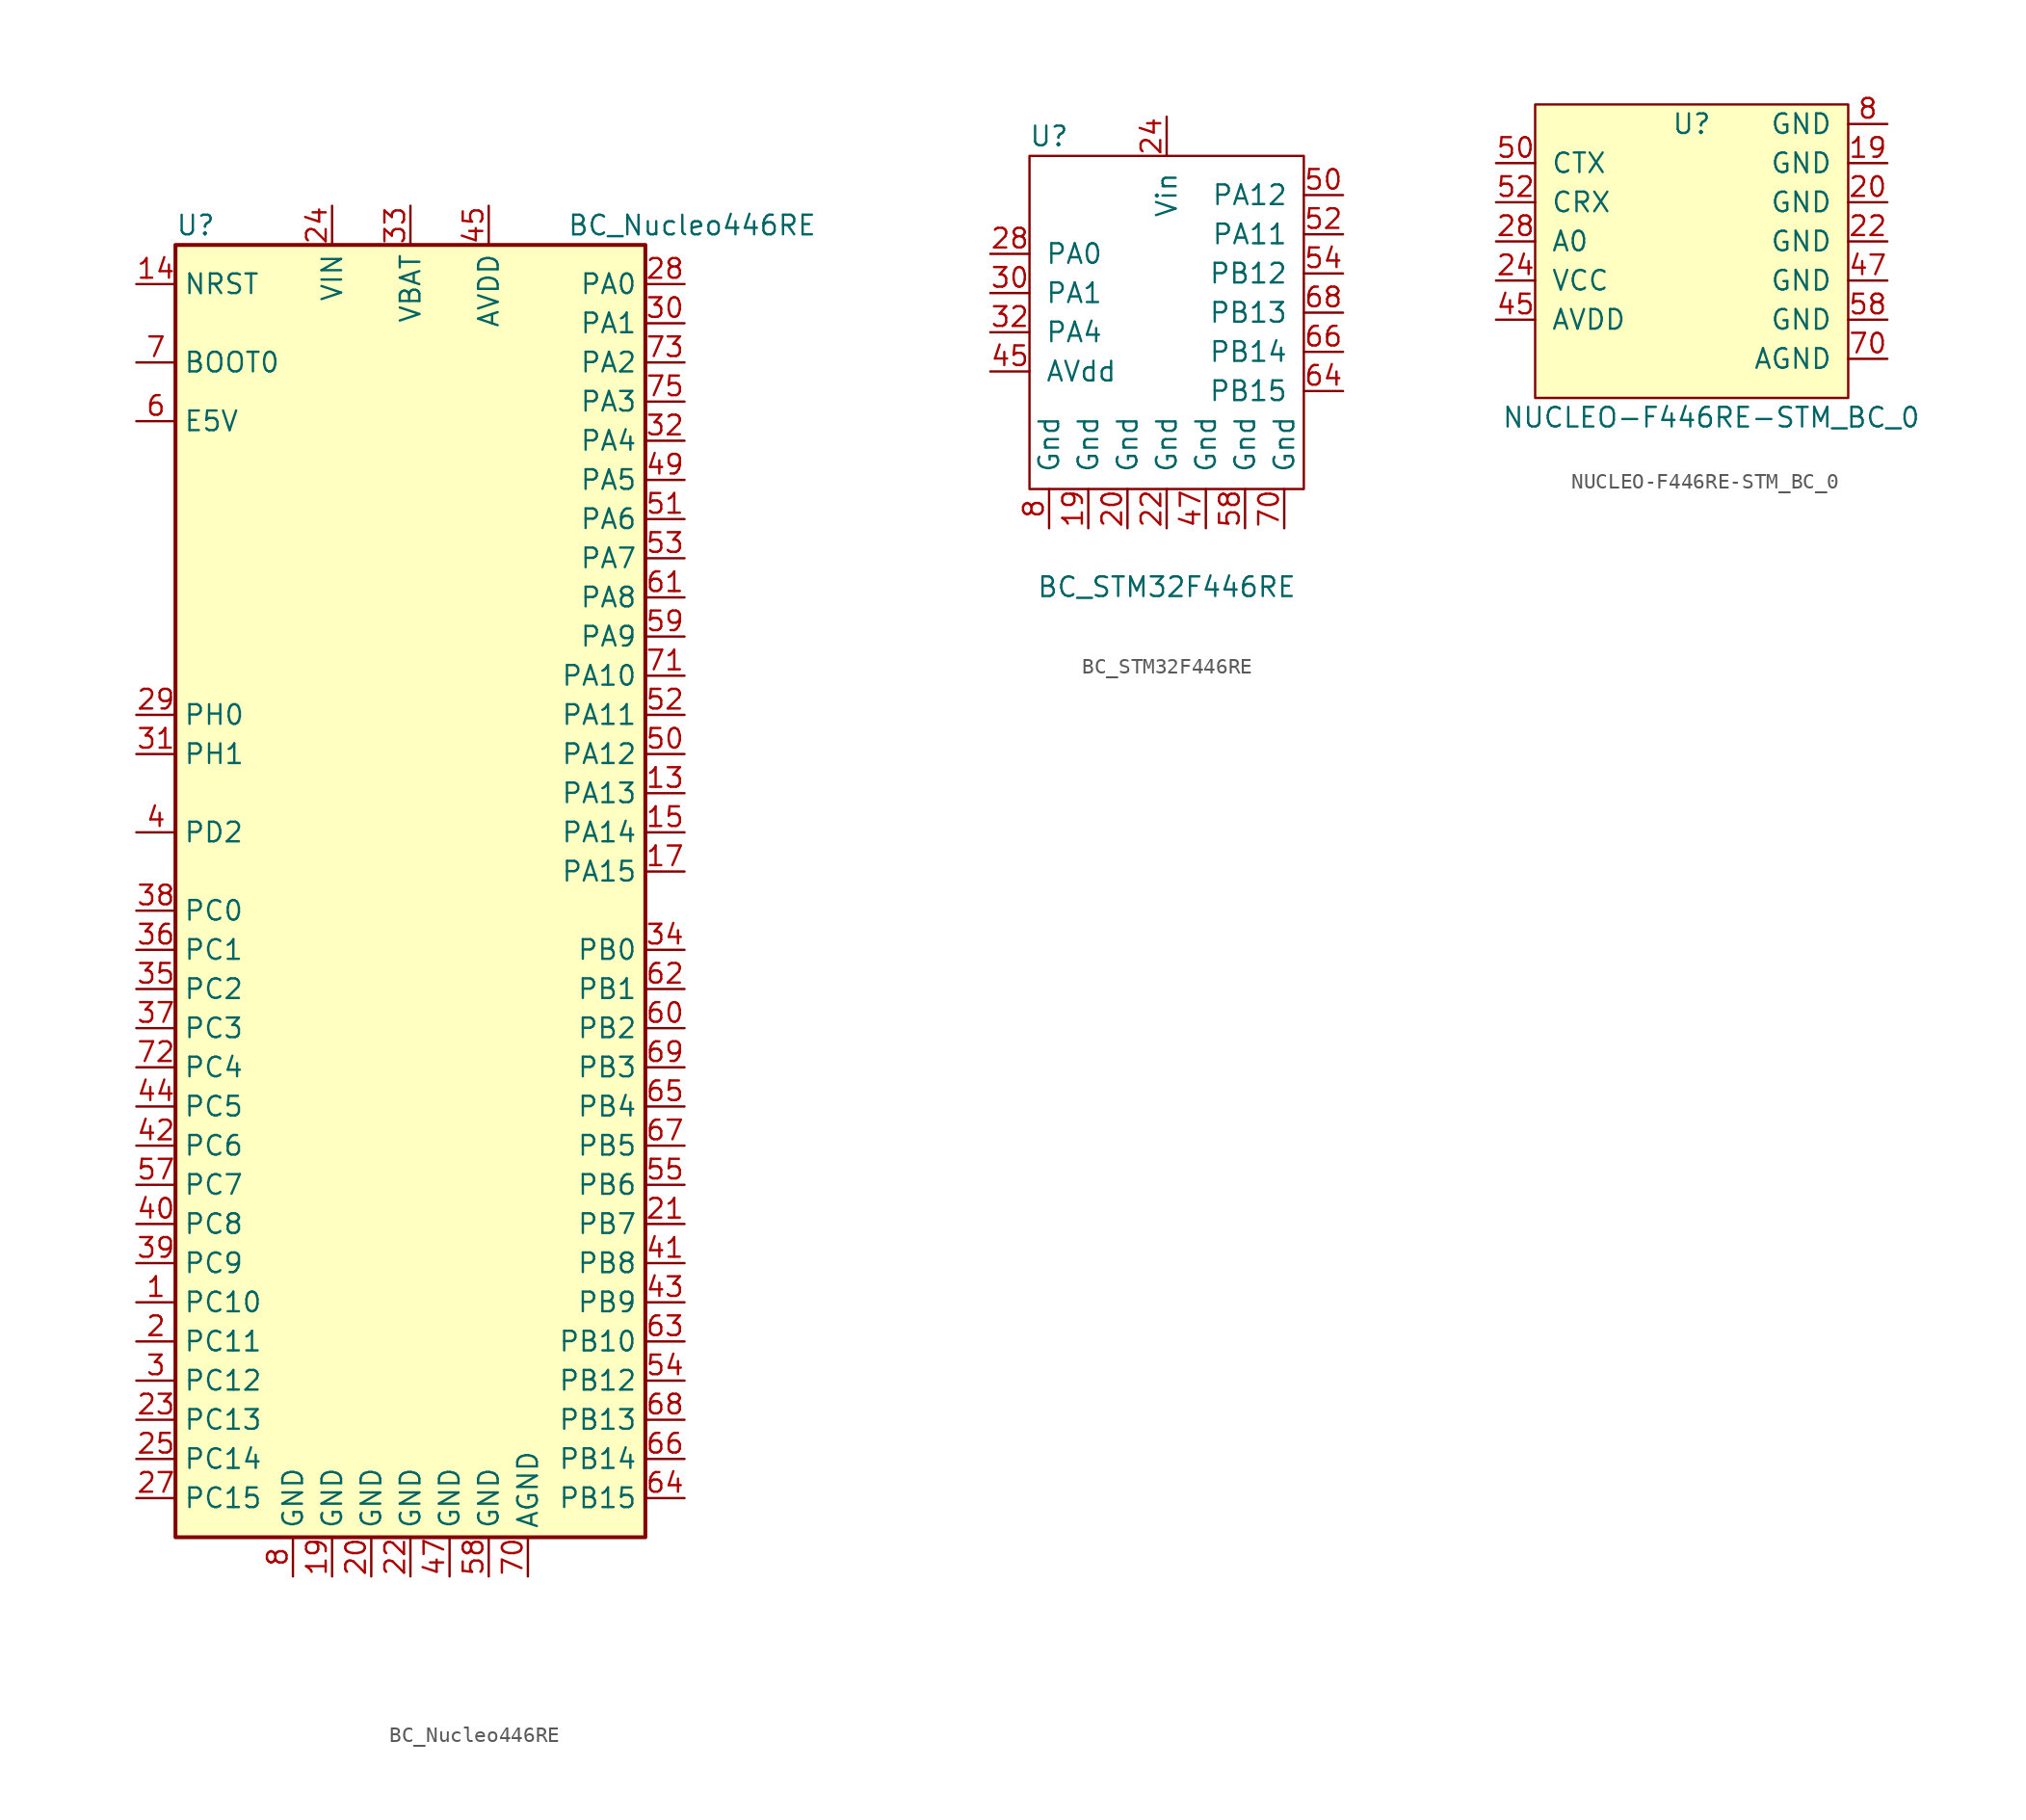
<source format=kicad_sym>
(kicad_symbol_lib
  (version 20231120)
  (generator "kicad_symbol_editor")
  (generator_version "8.0")
  (symbol "BC_Nucleo446RE"
    (property "Reference" "U"
      (at -15.24 41.91 0)
      (effects (font (size 1.27 1.27)) (justify left)))
    (property "Value" "BC_Nucleo446RE"
      (at 10.16 41.91 0)
      (effects (font (size 1.27 1.27)) (justify left)))
    (symbol "BC_Nucleo446RE_0_1"
      (rectangle (start -15.24 40.64) (end 15.24 -43.18) (stroke (width 0.254) (type solid)) (fill (type background))))
    (symbol "BC_Nucleo446RE_1_1"
      (pin bidirectional line (at -17.78 -27.94 0) (length 2.54) (name "PC10" (effects (font (size 1.27 1.27)))) (number "1" (effects (font (size 1.27 1.27)))))
      (pin bidirectional line (at 17.78 5.08 180) (length 2.54) (name "PA13" (effects (font (size 1.27 1.27)))) (number "13" (effects (font (size 1.27 1.27)))))
      (pin input line (at -17.78 38.1 0) (length 2.54) (name "NRST" (effects (font (size 1.27 1.27)))) (number "14" (effects (font (size 1.27 1.27)))))
      (pin bidirectional line (at 17.78 2.54 180) (length 2.54) (name "PA14" (effects (font (size 1.27 1.27)))) (number "15" (effects (font (size 1.27 1.27)))))
      (pin bidirectional line (at 17.78 0 180) (length 2.54) (name "PA15" (effects (font (size 1.27 1.27)))) (number "17" (effects (font (size 1.27 1.27)))))
      (pin power_in line (at -5.08 -45.72 90) (length 2.54) (name "GND" (effects (font (size 1.27 1.27)))) (number "19" (effects (font (size 1.27 1.27)))))
      (pin bidirectional line (at -17.78 -30.48 0) (length 2.54) (name "PC11" (effects (font (size 1.27 1.27)))) (number "2" (effects (font (size 1.27 1.27)))))
      (pin power_in line (at -2.54 -45.72 90) (length 2.54) (name "GND" (effects (font (size 1.27 1.27)))) (number "20" (effects (font (size 1.27 1.27)))))
      (pin bidirectional line (at 17.78 -22.86 180) (length 2.54) (name "PB7" (effects (font (size 1.27 1.27)))) (number "21" (effects (font (size 1.27 1.27)))))
      (pin power_in line (at 0 -45.72 90) (length 2.54) (name "GND" (effects (font (size 1.27 1.27)))) (number "22" (effects (font (size 1.27 1.27)))))
      (pin bidirectional line (at -17.78 -35.56 0) (length 2.54) (name "PC13" (effects (font (size 1.27 1.27)))) (number "23" (effects (font (size 1.27 1.27)))))
      (pin power_in line (at -5.08 43.18 270) (length 2.54) (name "VIN" (effects (font (size 1.27 1.27)))) (number "24" (effects (font (size 1.27 1.27)))))
      (pin bidirectional line (at -17.78 -38.1 0) (length 2.54) (name "PC14" (effects (font (size 1.27 1.27)))) (number "25" (effects (font (size 1.27 1.27)))))
      (pin bidirectional line (at -17.78 -40.64 0) (length 2.54) (name "PC15" (effects (font (size 1.27 1.27)))) (number "27" (effects (font (size 1.27 1.27)))))
      (pin bidirectional line (at 17.78 38.1 180) (length 2.54) (name "PA0" (effects (font (size 1.27 1.27)))) (number "28" (effects (font (size 1.27 1.27)))))
      (pin input line (at -17.78 10.16 0) (length 2.54) (name "PH0" (effects (font (size 1.27 1.27)))) (number "29" (effects (font (size 1.27 1.27)))))
      (pin bidirectional line (at -17.78 -33.02 0) (length 2.54) (name "PC12" (effects (font (size 1.27 1.27)))) (number "3" (effects (font (size 1.27 1.27)))))
      (pin bidirectional line (at 17.78 35.56 180) (length 2.54) (name "PA1" (effects (font (size 1.27 1.27)))) (number "30" (effects (font (size 1.27 1.27)))))
      (pin input line (at -17.78 7.62 0) (length 2.54) (name "PH1" (effects (font (size 1.27 1.27)))) (number "31" (effects (font (size 1.27 1.27)))))
      (pin bidirectional line (at 17.78 27.94 180) (length 2.54) (name "PA4" (effects (font (size 1.27 1.27)))) (number "32" (effects (font (size 1.27 1.27)))))
      (pin bidirectional line (at 0 43.18 270) (length 2.54) (name "VBAT" (effects (font (size 1.27 1.27)))) (number "33" (effects (font (size 1.27 1.27)))))
      (pin bidirectional line (at 17.78 -5.08 180) (length 2.54) (name "PB0" (effects (font (size 1.27 1.27)))) (number "34" (effects (font (size 1.27 1.27)))))
      (pin bidirectional line (at -17.78 -7.62 0) (length 2.54) (name "PC2" (effects (font (size 1.27 1.27)))) (number "35" (effects (font (size 1.27 1.27)))))
      (pin bidirectional line (at -17.78 -5.08 0) (length 2.54) (name "PC1" (effects (font (size 1.27 1.27)))) (number "36" (effects (font (size 1.27 1.27)))))
      (pin bidirectional line (at -17.78 -10.16 0) (length 2.54) (name "PC3" (effects (font (size 1.27 1.27)))) (number "37" (effects (font (size 1.27 1.27)))))
      (pin bidirectional line (at -17.78 -2.54 0) (length 2.54) (name "PC0" (effects (font (size 1.27 1.27)))) (number "38" (effects (font (size 1.27 1.27)))))
      (pin bidirectional line (at -17.78 -25.4 0) (length 2.54) (name "PC9" (effects (font (size 1.27 1.27)))) (number "39" (effects (font (size 1.27 1.27)))))
      (pin bidirectional line (at -17.78 2.54 0) (length 2.54) (name "PD2" (effects (font (size 1.27 1.27)))) (number "4" (effects (font (size 1.27 1.27)))))
      (pin bidirectional line (at -17.78 -22.86 0) (length 2.54) (name "PC8" (effects (font (size 1.27 1.27)))) (number "40" (effects (font (size 1.27 1.27)))))
      (pin bidirectional line (at 17.78 -25.4 180) (length 2.54) (name "PB8" (effects (font (size 1.27 1.27)))) (number "41" (effects (font (size 1.27 1.27)))))
      (pin bidirectional line (at -17.78 -17.78 0) (length 2.54) (name "PC6" (effects (font (size 1.27 1.27)))) (number "42" (effects (font (size 1.27 1.27)))))
      (pin bidirectional line (at 17.78 -27.94 180) (length 2.54) (name "PB9" (effects (font (size 1.27 1.27)))) (number "43" (effects (font (size 1.27 1.27)))))
      (pin bidirectional line (at -17.78 -15.24 0) (length 2.54) (name "PC5" (effects (font (size 1.27 1.27)))) (number "44" (effects (font (size 1.27 1.27)))))
      (pin bidirectional line (at 5.08 43.18 270) (length 2.54) (name "AVDD" (effects (font (size 1.27 1.27)))) (number "45" (effects (font (size 1.27 1.27)))))
      (pin bidirectional line (at 2.54 -45.72 90) (length 2.54) (name "GND" (effects (font (size 1.27 1.27)))) (number "47" (effects (font (size 1.27 1.27)))))
      (pin bidirectional line (at 17.78 25.4 180) (length 2.54) (name "PA5" (effects (font (size 1.27 1.27)))) (number "49" (effects (font (size 1.27 1.27)))))
      (pin bidirectional line (at 17.78 7.62 180) (length 2.54) (name "PA12" (effects (font (size 1.27 1.27)))) (number "50" (effects (font (size 1.27 1.27)))))
      (pin bidirectional line (at 17.78 22.86 180) (length 2.54) (name "PA6" (effects (font (size 1.27 1.27)))) (number "51" (effects (font (size 1.27 1.27)))))
      (pin bidirectional line (at 17.78 10.16 180) (length 2.54) (name "PA11" (effects (font (size 1.27 1.27)))) (number "52" (effects (font (size 1.27 1.27)))))
      (pin bidirectional line (at 17.78 20.32 180) (length 2.54) (name "PA7" (effects (font (size 1.27 1.27)))) (number "53" (effects (font (size 1.27 1.27)))))
      (pin bidirectional line (at 17.78 -33.02 180) (length 2.54) (name "PB12" (effects (font (size 1.27 1.27)))) (number "54" (effects (font (size 1.27 1.27)))))
      (pin bidirectional line (at 17.78 -20.32 180) (length 2.54) (name "PB6" (effects (font (size 1.27 1.27)))) (number "55" (effects (font (size 1.27 1.27)))))
      (pin bidirectional line (at -17.78 -20.32 0) (length 2.54) (name "PC7" (effects (font (size 1.27 1.27)))) (number "57" (effects (font (size 1.27 1.27)))))
      (pin bidirectional line (at 5.08 -45.72 90) (length 2.54) (name "GND" (effects (font (size 1.27 1.27)))) (number "58" (effects (font (size 1.27 1.27)))))
      (pin bidirectional line (at 17.78 15.24 180) (length 2.54) (name "PA9" (effects (font (size 1.27 1.27)))) (number "59" (effects (font (size 1.27 1.27)))))
      (pin input line (at -17.78 29.21 0) (length 2.54) (name "E5V" (effects (font (size 1.27 1.27)))) (number "6" (effects (font (size 1.27 1.27)))))
      (pin bidirectional line (at 17.78 -10.16 180) (length 2.54) (name "PB2" (effects (font (size 1.27 1.27)))) (number "60" (effects (font (size 1.27 1.27)))))
      (pin bidirectional line (at 17.78 17.78 180) (length 2.54) (name "PA8" (effects (font (size 1.27 1.27)))) (number "61" (effects (font (size 1.27 1.27)))))
      (pin bidirectional line (at 17.78 -7.62 180) (length 2.54) (name "PB1" (effects (font (size 1.27 1.27)))) (number "62" (effects (font (size 1.27 1.27)))))
      (pin bidirectional line (at 17.78 -30.48 180) (length 2.54) (name "PB10" (effects (font (size 1.27 1.27)))) (number "63" (effects (font (size 1.27 1.27)))))
      (pin bidirectional line (at 17.78 -40.64 180) (length 2.54) (name "PB15" (effects (font (size 1.27 1.27)))) (number "64" (effects (font (size 1.27 1.27)))))
      (pin bidirectional line (at 17.78 -15.24 180) (length 2.54) (name "PB4" (effects (font (size 1.27 1.27)))) (number "65" (effects (font (size 1.27 1.27)))))
      (pin bidirectional line (at 17.78 -38.1 180) (length 2.54) (name "PB14" (effects (font (size 1.27 1.27)))) (number "66" (effects (font (size 1.27 1.27)))))
      (pin bidirectional line (at 17.78 -17.78 180) (length 2.54) (name "PB5" (effects (font (size 1.27 1.27)))) (number "67" (effects (font (size 1.27 1.27)))))
      (pin bidirectional line (at 17.78 -35.56 180) (length 2.54) (name "PB13" (effects (font (size 1.27 1.27)))) (number "68" (effects (font (size 1.27 1.27)))))
      (pin bidirectional line (at 17.78 -12.7 180) (length 2.54) (name "PB3" (effects (font (size 1.27 1.27)))) (number "69" (effects (font (size 1.27 1.27)))))
      (pin input line (at -17.78 33.02 0) (length 2.54) (name "BOOT0" (effects (font (size 1.27 1.27)))) (number "7" (effects (font (size 1.27 1.27)))))
      (pin bidirectional line (at 7.62 -45.72 90) (length 2.54) (name "AGND" (effects (font (size 1.27 1.27)))) (number "70" (effects (font (size 1.27 1.27)))))
      (pin bidirectional line (at 17.78 12.7 180) (length 2.54) (name "PA10" (effects (font (size 1.27 1.27)))) (number "71" (effects (font (size 1.27 1.27)))))
      (pin bidirectional line (at -17.78 -12.7 0) (length 2.54) (name "PC4" (effects (font (size 1.27 1.27)))) (number "72" (effects (font (size 1.27 1.27)))))
      (pin bidirectional line (at 17.78 33.02 180) (length 2.54) (name "PA2" (effects (font (size 1.27 1.27)))) (number "73" (effects (font (size 1.27 1.27)))))
      (pin bidirectional line (at 17.78 30.48 180) (length 2.54) (name "PA3" (effects (font (size 1.27 1.27)))) (number "75" (effects (font (size 1.27 1.27)))))
      (pin power_in line (at -7.62 -45.72 90) (length 2.54) (name "GND" (effects (font (size 1.27 1.27)))) (number "8" (effects (font (size 1.27 1.27)))))))
  (symbol "BC_STM32F446RE"
    (pin_names
      (offset 1.016))
    (property "Reference" "U"
      (at -7.62 10.16 0)
      (effects (font (size 1.27 1.27))))
    (property "Value" "BC_STM32F446RE"
      (at 0 -19.05 0)
      (effects (font (size 1.27 1.27))))
    (symbol "BC_STM32F446RE_0_1"
      (rectangle (start 8.89 -12.7) (end -8.89 8.89) (stroke (width 0) (type solid)) (fill (type none))))
    (symbol "BC_STM32F446RE_1_1"
      (pin input line (at -5.08 -15.24 90) (length 2.54) (name "Gnd" (effects (font (size 1.27 1.27)))) (number "19" (effects (font (size 1.27 1.27)))))
      (pin input line (at -2.54 -15.24 90) (length 2.54) (name "Gnd" (effects (font (size 1.27 1.27)))) (number "20" (effects (font (size 1.27 1.27)))))
      (pin input line (at 0 -15.24 90) (length 2.54) (name "Gnd" (effects (font (size 1.27 1.27)))) (number "22" (effects (font (size 1.27 1.27)))))
      (pin input line (at 0 11.43 270) (length 2.54) (name "Vin" (effects (font (size 1.27 1.27)))) (number "24" (effects (font (size 1.27 1.27)))))
      (pin input line (at -11.43 2.54 0) (length 2.54) (name "PA0" (effects (font (size 1.27 1.27)))) (number "28" (effects (font (size 1.27 1.27)))))
      (pin input line (at -11.43 0 0) (length 2.54) (name "PA1" (effects (font (size 1.27 1.27)))) (number "30" (effects (font (size 1.27 1.27)))))
      (pin input line (at -11.43 -2.54 0) (length 2.54) (name "PA4" (effects (font (size 1.27 1.27)))) (number "32" (effects (font (size 1.27 1.27)))))
      (pin input line (at -11.43 -5.08 0) (length 2.54) (name "AVdd" (effects (font (size 1.27 1.27)))) (number "45" (effects (font (size 1.27 1.27)))))
      (pin input line (at 2.54 -15.24 90) (length 2.54) (name "Gnd" (effects (font (size 1.27 1.27)))) (number "47" (effects (font (size 1.27 1.27)))))
      (pin input line (at 11.43 6.35 180) (length 2.54) (name "PA12" (effects (font (size 1.27 1.27)))) (number "50" (effects (font (size 1.27 1.27)))))
      (pin input line (at 11.43 3.81 180) (length 2.54) (name "PA11" (effects (font (size 1.27 1.27)))) (number "52" (effects (font (size 1.27 1.27)))))
      (pin input line (at 11.43 1.27 180) (length 2.54) (name "PB12" (effects (font (size 1.27 1.27)))) (number "54" (effects (font (size 1.27 1.27)))))
      (pin input line (at 5.08 -15.24 90) (length 2.54) (name "Gnd" (effects (font (size 1.27 1.27)))) (number "58" (effects (font (size 1.27 1.27)))))
      (pin input line (at 11.43 -6.35 180) (length 2.54) (name "PB15" (effects (font (size 1.27 1.27)))) (number "64" (effects (font (size 1.27 1.27)))))
      (pin input line (at 11.43 -3.81 180) (length 2.54) (name "PB14" (effects (font (size 1.27 1.27)))) (number "66" (effects (font (size 1.27 1.27)))))
      (pin input line (at 11.43 -1.27 180) (length 2.54) (name "PB13" (effects (font (size 1.27 1.27)))) (number "68" (effects (font (size 1.27 1.27)))))
      (pin input line (at 7.62 -15.24 90) (length 2.54) (name "Gnd" (effects (font (size 1.27 1.27)))) (number "70" (effects (font (size 1.27 1.27)))))
      (pin input line (at -7.62 -15.24 90) (length 2.54) (name "Gnd" (effects (font (size 1.27 1.27)))) (number "8" (effects (font (size 1.27 1.27)))))))
  (symbol "NUCLEO-F446RE-STM_BC_0"
    (pin_names
      (offset 1.016))
    (property "Reference" "U"
      (at 0 7.62 0)
      (effects (font (size 1.27 1.27))))
    (property "Value" "NUCLEO-F446RE-STM_BC_0"
      (at 1.27 -11.43 0)
      (effects (font (size 1.27 1.27))))
    (symbol "NUCLEO-F446RE-STM_BC_0_0_1"
      (rectangle (start -10.16 8.89) (end 10.16 -10.16) (stroke (width 0) (type solid)) (fill (type background))))
    (symbol "NUCLEO-F446RE-STM_BC_0_1_1"
      (pin input line (at 12.7 5.08 180) (length 2.54) (name "GND" (effects (font (size 1.27 1.27)))) (number "19" (effects (font (size 1.27 1.27)))))
      (pin input line (at 12.7 2.54 180) (length 2.54) (name "GND" (effects (font (size 1.27 1.27)))) (number "20" (effects (font (size 1.27 1.27)))))
      (pin input line (at 12.7 0 180) (length 2.54) (name "GND" (effects (font (size 1.27 1.27)))) (number "22" (effects (font (size 1.27 1.27)))))
      (pin input line (at -12.7 -2.54 0) (length 2.54) (name "VCC" (effects (font (size 1.27 1.27)))) (number "24" (effects (font (size 1.27 1.27)))))
      (pin input line (at -12.7 0 0) (length 2.54) (name "A0" (effects (font (size 1.27 1.27)))) (number "28" (effects (font (size 1.27 1.27)))))
      (pin input line (at -12.7 -5.08 0) (length 2.54) (name "AVDD" (effects (font (size 1.27 1.27)))) (number "45" (effects (font (size 1.27 1.27)))))
      (pin input line (at 12.7 -2.54 180) (length 2.54) (name "GND" (effects (font (size 1.27 1.27)))) (number "47" (effects (font (size 1.27 1.27)))))
      (pin input line (at -12.7 5.08 0) (length 2.54) (name "CTX" (effects (font (size 1.27 1.27)))) (number "50" (effects (font (size 1.27 1.27)))))
      (pin input line (at -12.7 2.54 0) (length 2.54) (name "CRX" (effects (font (size 1.27 1.27)))) (number "52" (effects (font (size 1.27 1.27)))))
      (pin input line (at 12.7 -5.08 180) (length 2.54) (name "GND" (effects (font (size 1.27 1.27)))) (number "58" (effects (font (size 1.27 1.27)))))
      (pin input line (at 12.7 -7.62 180) (length 2.54) (name "AGND" (effects (font (size 1.27 1.27)))) (number "70" (effects (font (size 1.27 1.27)))))
      (pin input line (at 12.7 7.62 180) (length 2.54) (name "GND" (effects (font (size 1.27 1.27)))) (number "8" (effects (font (size 1.27 1.27))))))))
</source>
